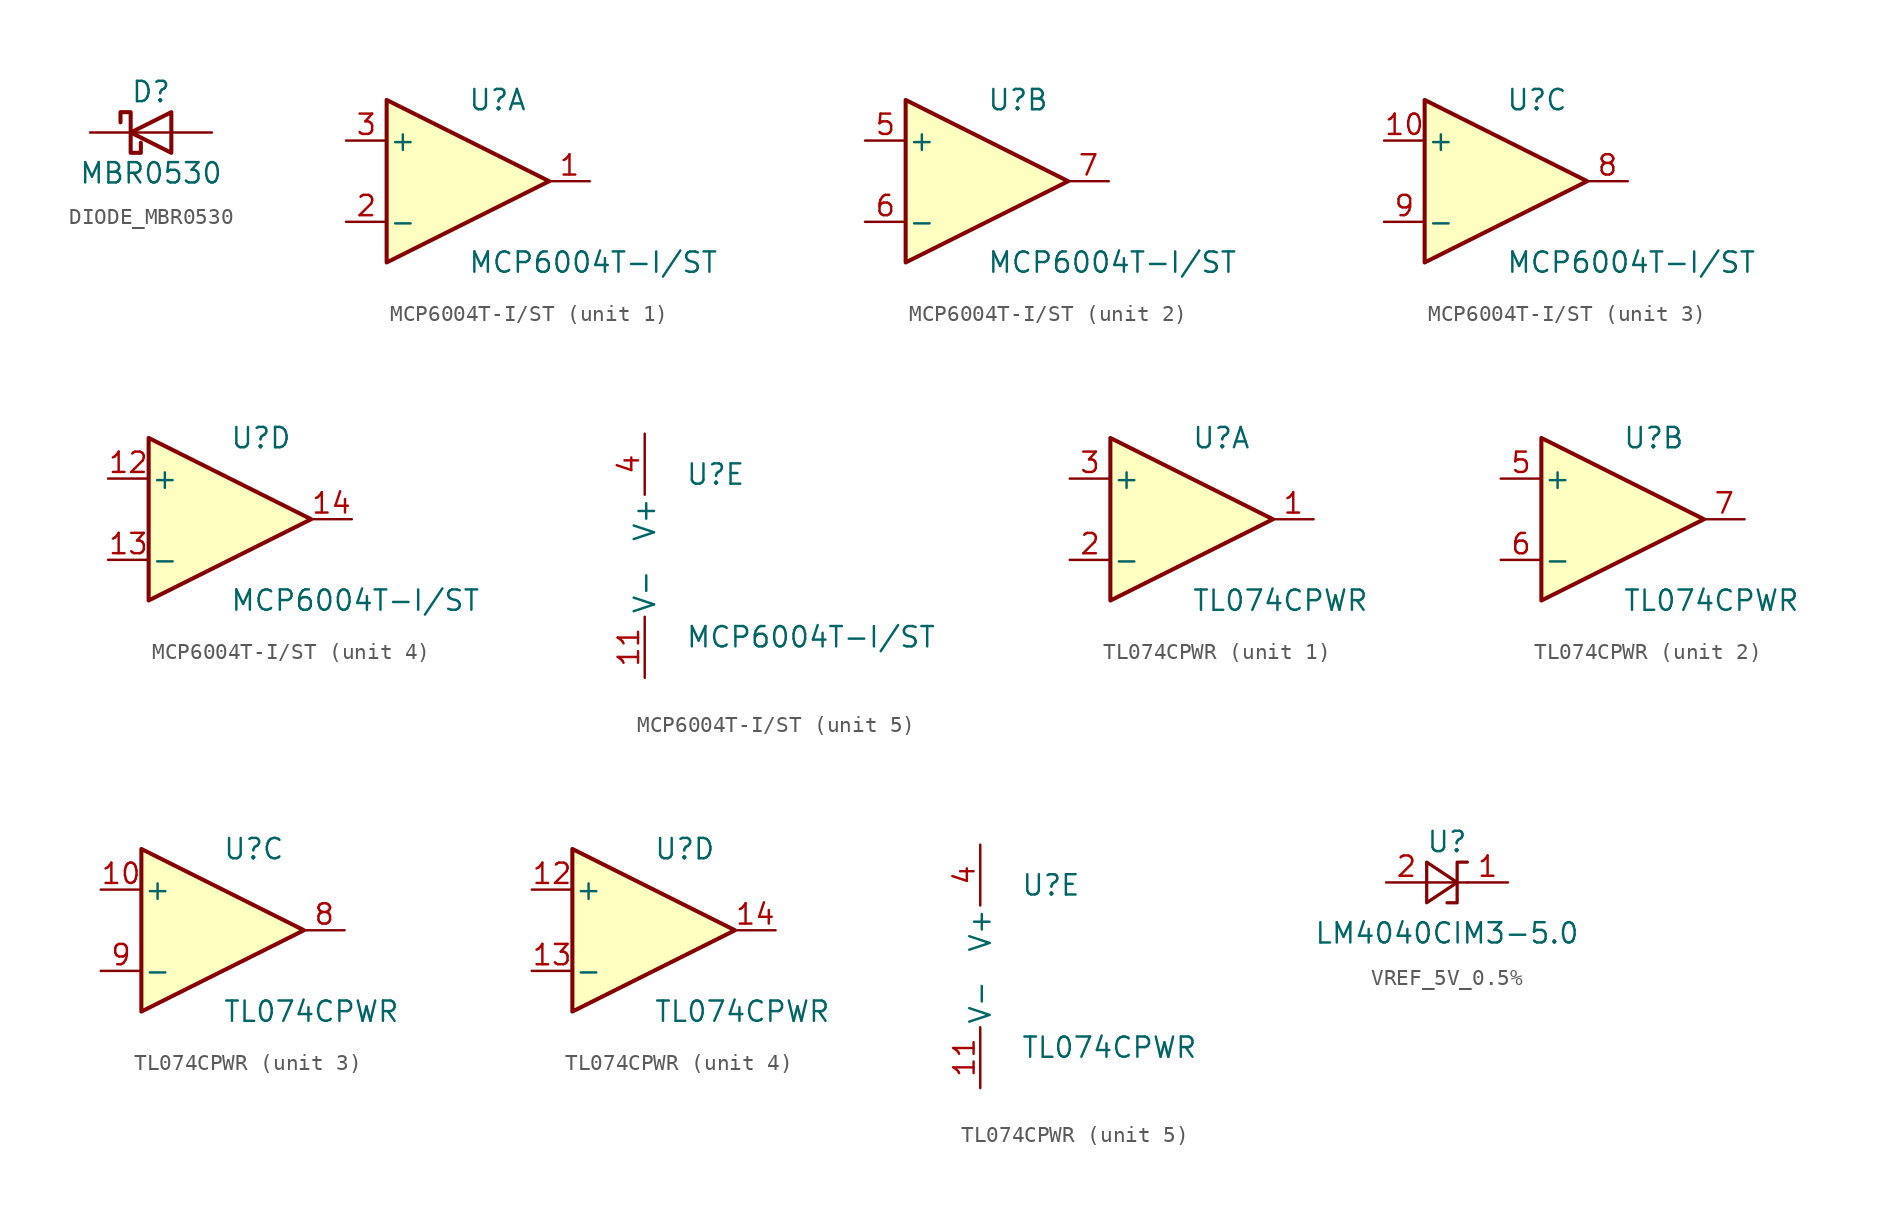
<source format=kicad_sym>
(kicad_symbol_lib
  (version 20241209)
  (generator "kicad_symbol_editor")
  (generator_version "9.0")
  (symbol "DIODE_MBR0530"
    (pin_numbers
      (hide yes))
    (pin_names
      (offset 1.016)
      (hide yes))
    (property "Reference" "D"
      (at 0 2.54 0)
      (effects (font (size 1.27 1.27))))
    (property "Value" "MBR0530"
      (at 0 -2.54 0)
      (effects (font (size 1.27 1.27))))
    (symbol "DIODE_MBR0530_0_1"
      (polyline (pts (xy -1.905 0.635) (xy -1.905 1.27) (xy -1.27 1.27) (xy -1.27 -1.27) (xy -0.635 -1.27) (xy -0.635 -0.635)) (stroke (width 0.254) (type default)) (fill (type none)))
      (polyline (pts (xy 1.27 1.27) (xy 1.27 -1.27) (xy -1.27 0) (xy 1.27 1.27)) (stroke (width 0.254) (type default)) (fill (type none)))
      (polyline (pts (xy 1.27 0) (xy -1.27 0)) (stroke (width 0) (type default)) (fill (type none))))
    (symbol "DIODE_MBR0530_1_1"
      (pin passive line (at -3.81 0 0) (length 2.54) (name "K" (effects (font (size 1.27 1.27)))) (number "1" (effects (font (size 1.27 1.27)))))
      (pin passive line (at 3.81 0 180) (length 2.54) (name "A" (effects (font (size 1.27 1.27)))) (number "2" (effects (font (size 1.27 1.27)))))))
  (symbol "MCP6004T-I/ST"
    (pin_names
      (offset 0.127))
    (property "Reference" "U"
      (at 0 5.08 0)
      (effects (font (size 1.27 1.27)) (justify left)))
    (property "Value" "MCP6004T-I/ST"
      (at 0 -5.08 0)
      (effects (font (size 1.27 1.27)) (justify left)))
    (property "ki_locked" ""
      (at 0 0 0)
      (effects (font (size 1.27 1.27))))
    (symbol "MCP6004T-I/ST_1_1"
      (polyline (pts (xy -5.08 5.08) (xy 5.08 0) (xy -5.08 -5.08) (xy -5.08 5.08)) (stroke (width 0.254) (type default)) (fill (type background)))
      (pin input line (at -7.62 2.54 0) (length 2.54) (name "+" (effects (font (size 1.27 1.27)))) (number "3" (effects (font (size 1.27 1.27)))))
      (pin input line (at -7.62 -2.54 0) (length 2.54) (name "-" (effects (font (size 1.27 1.27)))) (number "2" (effects (font (size 1.27 1.27)))))
      (pin output line (at 7.62 0 180) (length 2.54) (name "~" (effects (font (size 1.27 1.27)))) (number "1" (effects (font (size 1.27 1.27))))))
    (symbol "MCP6004T-I/ST_2_1"
      (polyline (pts (xy -5.08 5.08) (xy 5.08 0) (xy -5.08 -5.08) (xy -5.08 5.08)) (stroke (width 0.254) (type default)) (fill (type background)))
      (pin input line (at -7.62 2.54 0) (length 2.54) (name "+" (effects (font (size 1.27 1.27)))) (number "5" (effects (font (size 1.27 1.27)))))
      (pin input line (at -7.62 -2.54 0) (length 2.54) (name "-" (effects (font (size 1.27 1.27)))) (number "6" (effects (font (size 1.27 1.27)))))
      (pin output line (at 7.62 0 180) (length 2.54) (name "~" (effects (font (size 1.27 1.27)))) (number "7" (effects (font (size 1.27 1.27))))))
    (symbol "MCP6004T-I/ST_3_1"
      (polyline (pts (xy -5.08 5.08) (xy 5.08 0) (xy -5.08 -5.08) (xy -5.08 5.08)) (stroke (width 0.254) (type default)) (fill (type background)))
      (pin input line (at -7.62 2.54 0) (length 2.54) (name "+" (effects (font (size 1.27 1.27)))) (number "10" (effects (font (size 1.27 1.27)))))
      (pin input line (at -7.62 -2.54 0) (length 2.54) (name "-" (effects (font (size 1.27 1.27)))) (number "9" (effects (font (size 1.27 1.27)))))
      (pin output line (at 7.62 0 180) (length 2.54) (name "~" (effects (font (size 1.27 1.27)))) (number "8" (effects (font (size 1.27 1.27))))))
    (symbol "MCP6004T-I/ST_4_1"
      (polyline (pts (xy -5.08 5.08) (xy 5.08 0) (xy -5.08 -5.08) (xy -5.08 5.08)) (stroke (width 0.254) (type default)) (fill (type background)))
      (pin input line (at -7.62 2.54 0) (length 2.54) (name "+" (effects (font (size 1.27 1.27)))) (number "12" (effects (font (size 1.27 1.27)))))
      (pin input line (at -7.62 -2.54 0) (length 2.54) (name "-" (effects (font (size 1.27 1.27)))) (number "13" (effects (font (size 1.27 1.27)))))
      (pin output line (at 7.62 0 180) (length 2.54) (name "~" (effects (font (size 1.27 1.27)))) (number "14" (effects (font (size 1.27 1.27))))))
    (symbol "MCP6004T-I/ST_5_1"
      (pin power_in line (at -2.54 7.62 270) (length 3.81) (name "V+" (effects (font (size 1.27 1.27)))) (number "4" (effects (font (size 1.27 1.27)))))
      (pin power_in line (at -2.54 -7.62 90) (length 3.81) (name "V-" (effects (font (size 1.27 1.27)))) (number "11" (effects (font (size 1.27 1.27)))))))
  (symbol "TL074CPWR"
    (pin_names
      (offset 0.127))
    (property "Reference" "U"
      (at 0 5.08 0)
      (effects (font (size 1.27 1.27)) (justify left)))
    (property "Value" "TL074CPWR"
      (at 0 -5.08 0)
      (effects (font (size 1.27 1.27)) (justify left)))
    (property "ki_locked" ""
      (at 0 0 0)
      (effects (font (size 1.27 1.27))))
    (symbol "TL074CPWR_1_1"
      (polyline (pts (xy -5.08 5.08) (xy 5.08 0) (xy -5.08 -5.08) (xy -5.08 5.08)) (stroke (width 0.254) (type default)) (fill (type background)))
      (pin input line (at -7.62 2.54 0) (length 2.54) (name "+" (effects (font (size 1.27 1.27)))) (number "3" (effects (font (size 1.27 1.27)))))
      (pin input line (at -7.62 -2.54 0) (length 2.54) (name "-" (effects (font (size 1.27 1.27)))) (number "2" (effects (font (size 1.27 1.27)))))
      (pin output line (at 7.62 0 180) (length 2.54) (name "~" (effects (font (size 1.27 1.27)))) (number "1" (effects (font (size 1.27 1.27))))))
    (symbol "TL074CPWR_2_1"
      (polyline (pts (xy -5.08 5.08) (xy 5.08 0) (xy -5.08 -5.08) (xy -5.08 5.08)) (stroke (width 0.254) (type default)) (fill (type background)))
      (pin input line (at -7.62 2.54 0) (length 2.54) (name "+" (effects (font (size 1.27 1.27)))) (number "5" (effects (font (size 1.27 1.27)))))
      (pin input line (at -7.62 -2.54 0) (length 2.54) (name "-" (effects (font (size 1.27 1.27)))) (number "6" (effects (font (size 1.27 1.27)))))
      (pin output line (at 7.62 0 180) (length 2.54) (name "~" (effects (font (size 1.27 1.27)))) (number "7" (effects (font (size 1.27 1.27))))))
    (symbol "TL074CPWR_3_1"
      (polyline (pts (xy -5.08 5.08) (xy 5.08 0) (xy -5.08 -5.08) (xy -5.08 5.08)) (stroke (width 0.254) (type default)) (fill (type background)))
      (pin input line (at -7.62 2.54 0) (length 2.54) (name "+" (effects (font (size 1.27 1.27)))) (number "10" (effects (font (size 1.27 1.27)))))
      (pin input line (at -7.62 -2.54 0) (length 2.54) (name "-" (effects (font (size 1.27 1.27)))) (number "9" (effects (font (size 1.27 1.27)))))
      (pin output line (at 7.62 0 180) (length 2.54) (name "~" (effects (font (size 1.27 1.27)))) (number "8" (effects (font (size 1.27 1.27))))))
    (symbol "TL074CPWR_4_1"
      (polyline (pts (xy -5.08 5.08) (xy 5.08 0) (xy -5.08 -5.08) (xy -5.08 5.08)) (stroke (width 0.254) (type default)) (fill (type background)))
      (pin input line (at -7.62 2.54 0) (length 2.54) (name "+" (effects (font (size 1.27 1.27)))) (number "12" (effects (font (size 1.27 1.27)))))
      (pin input line (at -7.62 -2.54 0) (length 2.54) (name "-" (effects (font (size 1.27 1.27)))) (number "13" (effects (font (size 1.27 1.27)))))
      (pin output line (at 7.62 0 180) (length 2.54) (name "~" (effects (font (size 1.27 1.27)))) (number "14" (effects (font (size 1.27 1.27))))))
    (symbol "TL074CPWR_5_1"
      (pin power_in line (at -2.54 7.62 270) (length 3.81) (name "V+" (effects (font (size 1.27 1.27)))) (number "4" (effects (font (size 1.27 1.27)))))
      (pin power_in line (at -2.54 -7.62 90) (length 3.81) (name "V-" (effects (font (size 1.27 1.27)))) (number "11" (effects (font (size 1.27 1.27)))))))
  (symbol "VREF_5V_0.5%"
    (pin_names
      (offset 0.025)
      (hide yes))
    (property "Reference" "U"
      (at 0 2.54 0)
      (effects (font (size 1.27 1.27))))
    (property "Value" "LM4040CIM3-5.0"
      (at 0 -3.175 0)
      (effects (font (size 1.27 1.27))))
    (symbol "VREF_5V_0.5%_0_1"
      (polyline (pts (xy -1.27 0) (xy 0 0) (xy 1.27 0)) (stroke (width 0) (type default)) (fill (type none)))
      (polyline (pts (xy -1.27 -1.27) (xy 0.635 0) (xy -1.27 1.27) (xy -1.27 -1.27)) (stroke (width 0.203) (type default)) (fill (type none)))
      (polyline (pts (xy 0 -1.27) (xy 0.635 -1.27) (xy 0.635 1.27) (xy 1.27 1.27)) (stroke (width 0.203) (type default)) (fill (type none))))
    (symbol "VREF_5V_0.5%_1_1"
      (pin passive line (at -3.81 0 0) (length 2.54) (name "A" (effects (font (size 1.27 1.27)))) (number "2" (effects (font (size 1.27 1.27)))))
      (pin no_connect line (at -1.27 0 0) (length 2.54) (hide yes) (name "NC" (effects (font (size 1.27 1.27)))) (number "3" (effects (font (size 1.27 1.27)))))
      (pin passive line (at 3.81 0 180) (length 2.54) (name "K" (effects (font (size 1.27 1.27)))) (number "1" (effects (font (size 1.27 1.27))))))))
</source>
